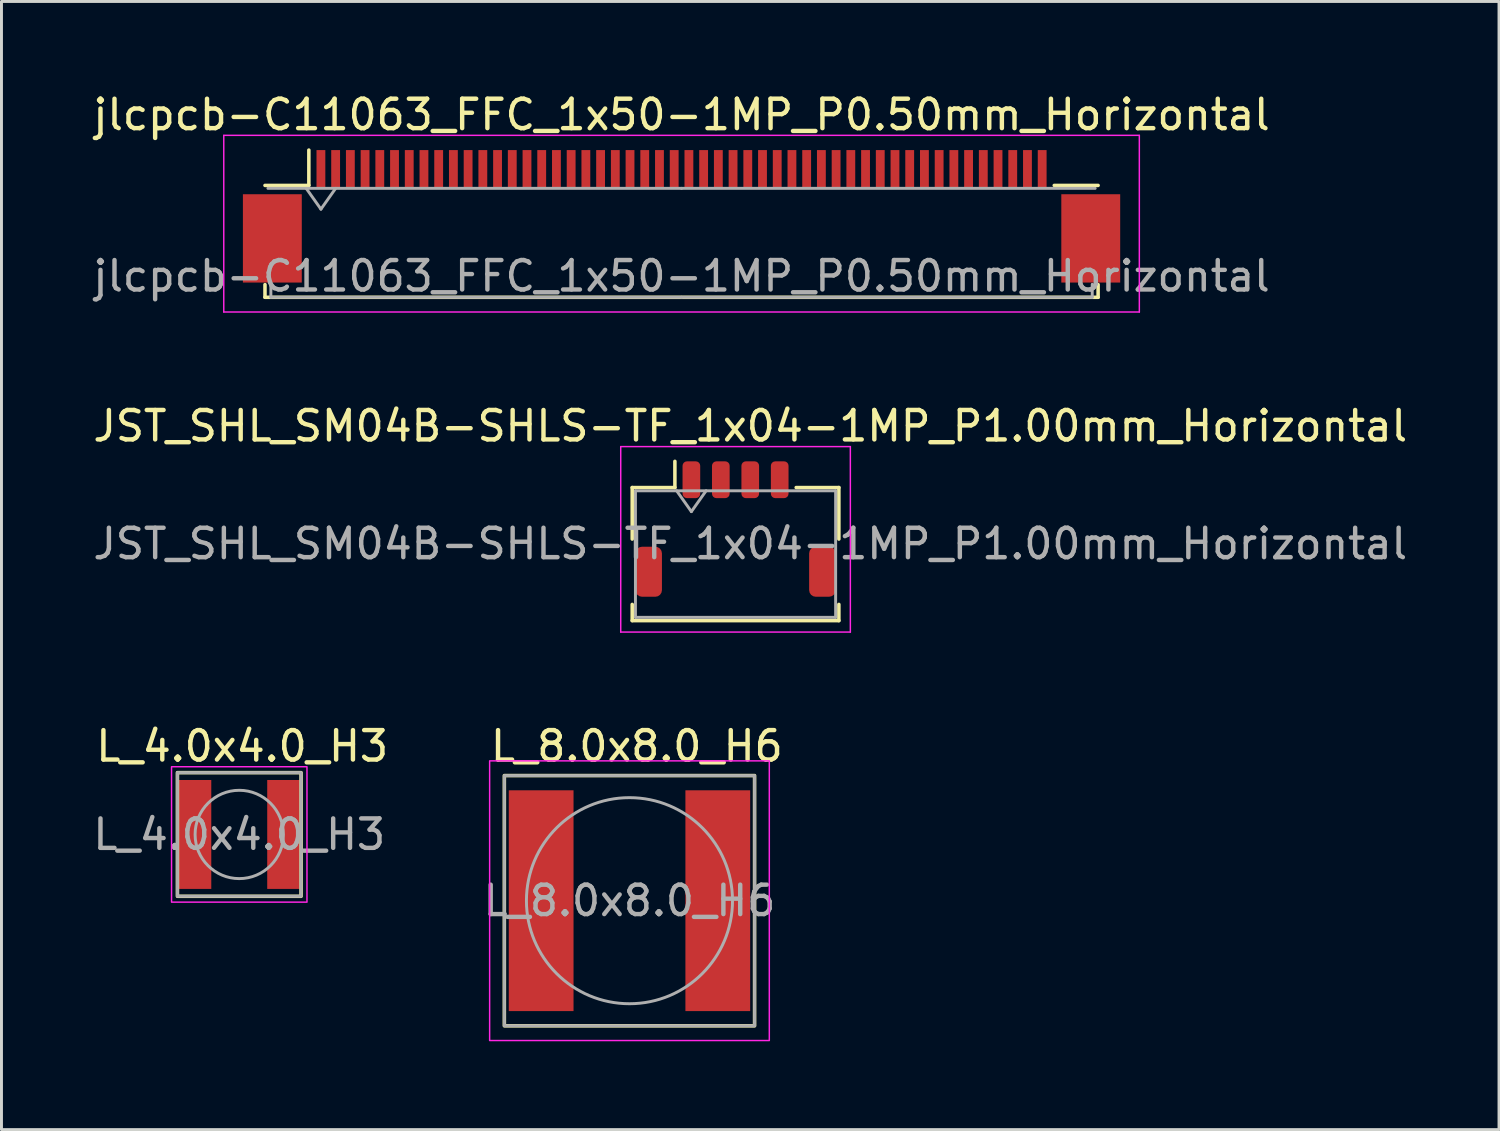
<source format=kicad_pcb>
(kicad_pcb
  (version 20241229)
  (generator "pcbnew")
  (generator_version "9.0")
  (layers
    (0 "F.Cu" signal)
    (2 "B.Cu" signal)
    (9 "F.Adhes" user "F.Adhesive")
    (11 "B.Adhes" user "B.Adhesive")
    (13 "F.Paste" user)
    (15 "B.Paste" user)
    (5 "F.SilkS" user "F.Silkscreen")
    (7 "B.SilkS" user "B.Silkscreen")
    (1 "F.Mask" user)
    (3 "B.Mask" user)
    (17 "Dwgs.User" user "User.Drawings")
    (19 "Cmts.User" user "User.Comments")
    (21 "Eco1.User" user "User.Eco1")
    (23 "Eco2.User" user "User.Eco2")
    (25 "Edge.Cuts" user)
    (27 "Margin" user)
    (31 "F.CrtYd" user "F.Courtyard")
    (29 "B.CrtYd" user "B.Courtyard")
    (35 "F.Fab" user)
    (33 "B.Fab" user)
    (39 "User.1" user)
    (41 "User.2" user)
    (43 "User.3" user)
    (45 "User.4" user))
  (footprint "L_8.0x8.0_H6"
    (layer "F.Cu")
    (at 18.332 27.545)
    (property "Reference" "L_8.0x8.0_H6" (at 0.25 -5.25 0) (layer "F.SilkS") (effects (font (size 1 1) (thickness 0.15))))
    (attr smd)
    (fp_rect (start -4.25 -4.25) (end 4.25 4.25) (stroke (width 0.12) (type solid)) (fill no) (layer "F.SilkS"))
    (fp_rect (start -4.75 -4.75) (end 4.75 4.75) (stroke (width 0.05) (type solid)) (fill no) (layer "F.CrtYd"))
    (fp_rect (start -4.25 -4.25) (end 4.25 4.25) (stroke (width 0.1) (type solid)) (fill no) (layer "F.Fab"))
    (fp_circle (center 0 0) (end 0 -3.5) (stroke (width 0.1) (type solid)) (fill no) (layer "F.Fab"))
    (fp_text user "${REFERENCE}" (at 0 0 0) (layer "F.Fab") (effects (font (size 1 1) (thickness 0.15))))
    (pad "1" smd rect (at -3 0) (size 2.2 7.5) (layers "F.Cu" "F.Mask" "F.Paste"))
    (pad "2" smd rect (at 3 0) (size 2.2 7.5) (layers "F.Cu" "F.Mask" "F.Paste")))
  (footprint "L_4.0x4.0_H3"
    (layer "F.Cu")
    (at 5.077 25.295)
    (property "Reference" "L_4.0x4.0_H3" (at 0.1 -3 0) (layer "F.SilkS") (effects (font (size 1 1) (thickness 0.15))))
    (attr smd)
    (fp_rect (start -2.1 -2.1) (end 2.1 2.1) (stroke (width 0.12) (type solid)) (fill no) (layer "F.SilkS"))
    (fp_rect (start -2.3 -2.3) (end 2.3 2.3) (stroke (width 0.05) (type solid)) (fill no) (layer "F.CrtYd"))
    (fp_rect (start -2.1 -2.1) (end 2.1 2.1) (stroke (width 0.1) (type solid)) (fill no) (layer "F.Fab"))
    (fp_circle (center 0 0) (end 0 -1.5) (stroke (width 0.1) (type solid)) (fill no) (layer "F.Fab"))
    (fp_text user "${REFERENCE}" (at 0 0 0) (layer "F.Fab") (effects (font (size 1 1) (thickness 0.15))))
    (pad "1" smd rect (at -1.5 0) (size 1.1 3.7) (layers "F.Cu" "F.Mask" "F.Paste"))
    (pad "2" smd rect (at 1.5 0) (size 1.1 3.7) (layers "F.Cu" "F.Mask" "F.Paste")))
  (footprint "JST_SHL_SM04B-SHLS-TF_1x04-1MP_P1.00mm_Horizontal"
    (layer "F.Cu")
    (at 21.935 14.921)
    (property "Reference" "JST_SHL_SM04B-SHLS-TF_1x04-1MP_P1.00mm_Horizontal" (at 0.5 -3.5 0) (layer "F.SilkS") (effects (font (size 1 1) (thickness 0.15))))
    (attr smd)
    (fp_line (start -3.51 -1.41) (end -2.06 -1.41) (stroke (width 0.12) (type solid)) (layer "F.SilkS"))
    (fp_line (start -3.51 0.34) (end -3.51 -1.41) (stroke (width 0.12) (type solid)) (layer "F.SilkS"))
    (fp_line (start -3.51 2.56) (end -3.51 3.11) (stroke (width 0.12) (type solid)) (layer "F.SilkS"))
    (fp_line (start -3.51 3.11) (end 3.51 3.11) (stroke (width 0.12) (type solid)) (layer "F.SilkS"))
    (fp_line (start -2.06 -1.41) (end -2.06 -2.3) (stroke (width 0.12) (type solid)) (layer "F.SilkS"))
    (fp_line (start 3.51 -1.41) (end 2.06 -1.41) (stroke (width 0.12) (type solid)) (layer "F.SilkS"))
    (fp_line (start 3.51 0.34) (end 3.51 -1.41) (stroke (width 0.12) (type solid)) (layer "F.SilkS"))
    (fp_line (start 3.51 3.11) (end 3.51 2.56) (stroke (width 0.12) (type solid)) (layer "F.SilkS"))
    (fp_line (start -3.9 -2.8) (end -3.9 3.5) (stroke (width 0.05) (type solid)) (layer "F.CrtYd"))
    (fp_line (start -3.9 3.5) (end 3.9 3.5) (stroke (width 0.05) (type solid)) (layer "F.CrtYd"))
    (fp_line (start 3.9 -2.8) (end -3.9 -2.8) (stroke (width 0.05) (type solid)) (layer "F.CrtYd"))
    (fp_line (start 3.9 3.5) (end 3.9 -2.8) (stroke (width 0.05) (type solid)) (layer "F.CrtYd"))
    (fp_line (start -3.4 -1.3) (end -3.4 3) (stroke (width 0.1) (type solid)) (layer "F.Fab"))
    (fp_line (start -3.4 -1.3) (end 3.4 -1.3) (stroke (width 0.1) (type solid)) (layer "F.Fab"))
    (fp_line (start -3.4 3) (end 3.4 3) (stroke (width 0.1) (type solid)) (layer "F.Fab"))
    (fp_line (start -2 -1.3) (end -1.5 -0.593) (stroke (width 0.1) (type solid)) (layer "F.Fab"))
    (fp_line (start -1.5 -0.593) (end -1 -1.3) (stroke (width 0.1) (type solid)) (layer "F.Fab"))
    (fp_line (start 3.4 -1.3) (end 3.4 3) (stroke (width 0.1) (type solid)) (layer "F.Fab"))
    (fp_text user "${REFERENCE}" (at 0.5 0.5 0) (layer "F.Fab") (effects (font (size 1 1) (thickness 0.15))))
    (pad "1" smd roundrect (at -1.5 -1.675) (size 0.6 1.25) (layers "F.Cu" "F.Mask" "F.Paste") (roundrect_rratio 0.25))
    (pad "2" smd roundrect (at -0.5 -1.675) (size 0.6 1.25) (layers "F.Cu" "F.Mask" "F.Paste") (roundrect_rratio 0.25))
    (pad "3" smd roundrect (at 0.5 -1.675) (size 0.6 1.25) (layers "F.Cu" "F.Mask" "F.Paste") (roundrect_rratio 0.25))
    (pad "4" smd roundrect (at 1.5 -1.675) (size 0.6 1.25) (layers "F.Cu" "F.Mask" "F.Paste") (roundrect_rratio 0.25))
    (pad "MP" smd roundrect (at -2.95 1.45) (size 0.9 1.7) (layers "F.Cu" "F.Mask" "F.Paste") (roundrect_rratio 0.25))
    (pad "MP" smd roundrect (at 2.95 1.45) (size 0.9 1.7) (layers "F.Cu" "F.Mask" "F.Paste") (roundrect_rratio 0.25)))
  (footprint "jlcpcb-C11063_FFC_1x50-1MP_P0.50mm_Horizontal"
    (layer "F.Cu")
    (at 20.101 3.748)
    (property "Reference" "jlcpcb-C11063_FFC_1x50-1MP_P0.50mm_Horizontal" (at 0 -2.9 0) (layer "F.SilkS") (effects (font (size 1 1) (thickness 0.15))))
    (attr smd)
    (fp_line (start -14.15 2.87) (end -14.15 3.3) (stroke (width 0.12) (type solid)) (layer "F.SilkS"))
    (fp_line (start -14.15 3.3) (end 14.15 3.3) (stroke (width 0.12) (type solid)) (layer "F.SilkS"))
    (fp_line (start -12.66 -0.5) (end -14.15 -0.5) (stroke (width 0.12) (type solid)) (layer "F.SilkS"))
    (fp_line (start -12.66 -0.5) (end -12.66 -1.7) (stroke (width 0.12) (type solid)) (layer "F.SilkS"))
    (fp_line (start 12.66 -0.5) (end 14.15 -0.5) (stroke (width 0.12) (type solid)) (layer "F.SilkS"))
    (fp_line (start 14.15 2.87) (end 14.15 3.3) (stroke (width 0.12) (type solid)) (layer "F.SilkS"))
    (fp_line (start -15.55 -2.2) (end -15.55 3.8) (stroke (width 0.05) (type solid)) (layer "F.CrtYd"))
    (fp_line (start -15.55 3.8) (end 15.55 3.8) (stroke (width 0.05) (type solid)) (layer "F.CrtYd"))
    (fp_line (start 15.55 -2.2) (end -15.55 -2.2) (stroke (width 0.05) (type solid)) (layer "F.CrtYd"))
    (fp_line (start 15.55 3.8) (end 15.55 -2.2) (stroke (width 0.05) (type solid)) (layer "F.CrtYd"))
    (fp_line (start -13.95 2.86) (end -13.95 3.3) (stroke (width 0.1) (type solid)) (layer "F.Fab"))
    (fp_line (start -13.95 3.3) (end 0 3.3) (stroke (width 0.1) (type solid)) (layer "F.Fab"))
    (fp_line (start -12.75 -0.4) (end -12.25 0.307) (stroke (width 0.1) (type solid)) (layer "F.Fab"))
    (fp_line (start -12.25 0.307) (end -11.75 -0.4) (stroke (width 0.1) (type solid)) (layer "F.Fab"))
    (fp_line (start 0 -0.4) (end -14.05 -0.4) (stroke (width 0.1) (type solid)) (layer "F.Fab"))
    (fp_line (start 0 -0.4) (end 14.05 -0.4) (stroke (width 0.1) (type solid)) (layer "F.Fab"))
    (fp_line (start 13.95 2.86) (end 13.95 3.3) (stroke (width 0.1) (type solid)) (layer "F.Fab"))
    (fp_line (start 13.95 3.3) (end 0 3.3) (stroke (width 0.1) (type solid)) (layer "F.Fab"))
    (fp_text user "${REFERENCE}" (at 0 2.58 0) (layer "F.Fab") (effects (font (size 1 1) (thickness 0.15))))
    (pad "1" smd rect (at -12.25 -1.05) (size 0.3 1.3) (layers "F.Cu" "F.Mask" "F.Paste"))
    (pad "2" smd rect (at -11.75 -1.05) (size 0.3 1.3) (layers "F.Cu" "F.Mask" "F.Paste"))
    (pad "3" smd rect (at -11.25 -1.05) (size 0.3 1.3) (layers "F.Cu" "F.Mask" "F.Paste"))
    (pad "4" smd rect (at -10.75 -1.05) (size 0.3 1.3) (layers "F.Cu" "F.Mask" "F.Paste"))
    (pad "5" smd rect (at -10.25 -1.05) (size 0.3 1.3) (layers "F.Cu" "F.Mask" "F.Paste"))
    (pad "6" smd rect (at -9.75 -1.05) (size 0.3 1.3) (layers "F.Cu" "F.Mask" "F.Paste"))
    (pad "7" smd rect (at -9.25 -1.05) (size 0.3 1.3) (layers "F.Cu" "F.Mask" "F.Paste"))
    (pad "8" smd rect (at -8.75 -1.05) (size 0.3 1.3) (layers "F.Cu" "F.Mask" "F.Paste"))
    (pad "9" smd rect (at -8.25 -1.05) (size 0.3 1.3) (layers "F.Cu" "F.Mask" "F.Paste"))
    (pad "10" smd rect (at -7.75 -1.05) (size 0.3 1.3) (layers "F.Cu" "F.Mask" "F.Paste"))
    (pad "11" smd rect (at -7.25 -1.05) (size 0.3 1.3) (layers "F.Cu" "F.Mask" "F.Paste"))
    (pad "12" smd rect (at -6.75 -1.05) (size 0.3 1.3) (layers "F.Cu" "F.Mask" "F.Paste"))
    (pad "13" smd rect (at -6.25 -1.05) (size 0.3 1.3) (layers "F.Cu" "F.Mask" "F.Paste"))
    (pad "14" smd rect (at -5.75 -1.05) (size 0.3 1.3) (layers "F.Cu" "F.Mask" "F.Paste"))
    (pad "15" smd rect (at -5.25 -1.05) (size 0.3 1.3) (layers "F.Cu" "F.Mask" "F.Paste"))
    (pad "16" smd rect (at -4.75 -1.05) (size 0.3 1.3) (layers "F.Cu" "F.Mask" "F.Paste"))
    (pad "17" smd rect (at -4.25 -1.05) (size 0.3 1.3) (layers "F.Cu" "F.Mask" "F.Paste"))
    (pad "18" smd rect (at -3.75 -1.05) (size 0.3 1.3) (layers "F.Cu" "F.Mask" "F.Paste"))
    (pad "19" smd rect (at -3.25 -1.05) (size 0.3 1.3) (layers "F.Cu" "F.Mask" "F.Paste"))
    (pad "20" smd rect (at -2.75 -1.05) (size 0.3 1.3) (layers "F.Cu" "F.Mask" "F.Paste"))
    (pad "21" smd rect (at -2.25 -1.05) (size 0.3 1.3) (layers "F.Cu" "F.Mask" "F.Paste"))
    (pad "22" smd rect (at -1.75 -1.05) (size 0.3 1.3) (layers "F.Cu" "F.Mask" "F.Paste"))
    (pad "23" smd rect (at -1.25 -1.05) (size 0.3 1.3) (layers "F.Cu" "F.Mask" "F.Paste"))
    (pad "24" smd rect (at -0.75 -1.05) (size 0.3 1.3) (layers "F.Cu" "F.Mask" "F.Paste"))
    (pad "25" smd rect (at -0.25 -1.05) (size 0.3 1.3) (layers "F.Cu" "F.Mask" "F.Paste"))
    (pad "26" smd rect (at 0.25 -1.05) (size 0.3 1.3) (layers "F.Cu" "F.Mask" "F.Paste"))
    (pad "27" smd rect (at 0.75 -1.05) (size 0.3 1.3) (layers "F.Cu" "F.Mask" "F.Paste"))
    (pad "28" smd rect (at 1.25 -1.05) (size 0.3 1.3) (layers "F.Cu" "F.Mask" "F.Paste"))
    (pad "29" smd rect (at 1.75 -1.05) (size 0.3 1.3) (layers "F.Cu" "F.Mask" "F.Paste"))
    (pad "30" smd rect (at 2.25 -1.05) (size 0.3 1.3) (layers "F.Cu" "F.Mask" "F.Paste"))
    (pad "31" smd rect (at 2.75 -1.05) (size 0.3 1.3) (layers "F.Cu" "F.Mask" "F.Paste"))
    (pad "32" smd rect (at 3.25 -1.05) (size 0.3 1.3) (layers "F.Cu" "F.Mask" "F.Paste"))
    (pad "33" smd rect (at 3.75 -1.05) (size 0.3 1.3) (layers "F.Cu" "F.Mask" "F.Paste"))
    (pad "34" smd rect (at 4.25 -1.05) (size 0.3 1.3) (layers "F.Cu" "F.Mask" "F.Paste"))
    (pad "35" smd rect (at 4.75 -1.05) (size 0.3 1.3) (layers "F.Cu" "F.Mask" "F.Paste"))
    (pad "36" smd rect (at 5.25 -1.05) (size 0.3 1.3) (layers "F.Cu" "F.Mask" "F.Paste"))
    (pad "37" smd rect (at 5.75 -1.05) (size 0.3 1.3) (layers "F.Cu" "F.Mask" "F.Paste"))
    (pad "38" smd rect (at 6.25 -1.05) (size 0.3 1.3) (layers "F.Cu" "F.Mask" "F.Paste"))
    (pad "39" smd rect (at 6.75 -1.05) (size 0.3 1.3) (layers "F.Cu" "F.Mask" "F.Paste"))
    (pad "40" smd rect (at 7.25 -1.05) (size 0.3 1.3) (layers "F.Cu" "F.Mask" "F.Paste"))
    (pad "41" smd rect (at 7.75 -1.05) (size 0.3 1.3) (layers "F.Cu" "F.Mask" "F.Paste"))
    (pad "42" smd rect (at 8.25 -1.05) (size 0.3 1.3) (layers "F.Cu" "F.Mask" "F.Paste"))
    (pad "43" smd rect (at 8.75 -1.05) (size 0.3 1.3) (layers "F.Cu" "F.Mask" "F.Paste"))
    (pad "44" smd rect (at 9.25 -1.05) (size 0.3 1.3) (layers "F.Cu" "F.Mask" "F.Paste"))
    (pad "45" smd rect (at 9.75 -1.05) (size 0.3 1.3) (layers "F.Cu" "F.Mask" "F.Paste"))
    (pad "46" smd rect (at 10.25 -1.05) (size 0.3 1.3) (layers "F.Cu" "F.Mask" "F.Paste"))
    (pad "47" smd rect (at 10.75 -1.05) (size 0.3 1.3) (layers "F.Cu" "F.Mask" "F.Paste"))
    (pad "48" smd rect (at 11.25 -1.05) (size 0.3 1.3) (layers "F.Cu" "F.Mask" "F.Paste"))
    (pad "49" smd rect (at 11.75 -1.05) (size 0.3 1.3) (layers "F.Cu" "F.Mask" "F.Paste"))
    (pad "50" smd rect (at 12.25 -1.05) (size 0.3 1.3) (layers "F.Cu" "F.Mask" "F.Paste"))
    (pad "MP" smd rect (at -13.9 1.3) (size 2 3) (layers "F.Cu" "F.Mask" "F.Paste"))
    (pad "MP" smd rect (at 13.9 1.3) (size 2 3) (layers "F.Cu" "F.Mask" "F.Paste")))
  (gr_rect
    (start -3 -3)
    (end 47.869 35.32)
    (stroke (width 0.1) (type default))
    (fill no)
    (layer "Edge.Cuts")))
</source>
